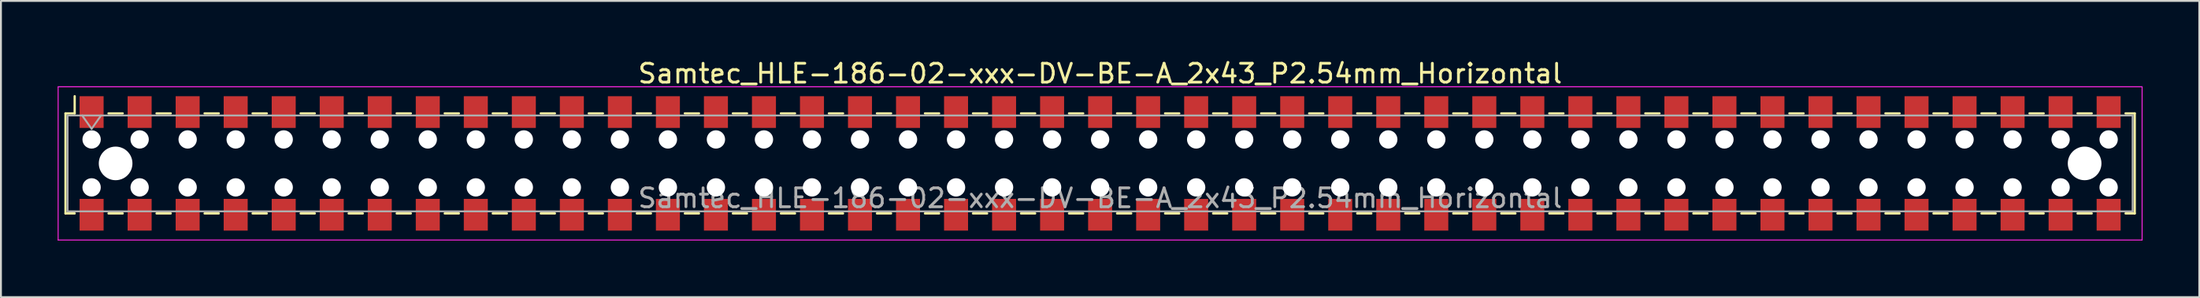
<source format=kicad_pcb>
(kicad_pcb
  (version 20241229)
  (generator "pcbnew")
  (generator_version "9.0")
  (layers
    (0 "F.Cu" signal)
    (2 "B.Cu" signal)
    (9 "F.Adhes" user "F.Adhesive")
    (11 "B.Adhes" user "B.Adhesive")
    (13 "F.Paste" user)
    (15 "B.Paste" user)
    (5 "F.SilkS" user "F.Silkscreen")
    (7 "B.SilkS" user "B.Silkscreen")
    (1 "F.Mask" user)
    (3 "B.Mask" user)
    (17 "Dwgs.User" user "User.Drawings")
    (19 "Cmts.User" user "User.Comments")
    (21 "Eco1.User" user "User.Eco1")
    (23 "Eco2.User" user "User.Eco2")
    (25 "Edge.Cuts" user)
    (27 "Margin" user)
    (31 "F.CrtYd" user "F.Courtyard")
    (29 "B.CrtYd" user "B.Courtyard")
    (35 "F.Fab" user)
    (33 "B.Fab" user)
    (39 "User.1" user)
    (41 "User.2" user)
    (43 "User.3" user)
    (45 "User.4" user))
  (footprint "Samtec_HLE-186-02-xxx-DV-BE-A_2x43_P2.54mm_Horizontal"
    (layer "F.Cu")
    (at 55.135 5.608)
    (property "Reference" "Samtec_HLE-186-02-xxx-DV-BE-A_2x43_P2.54mm_Horizontal" (at 0 -4.76 0) (layer "F.SilkS") (effects (font (size 1 1) (thickness 0.15))))
    (attr smd)
    (fp_line (start -54.72 -2.65) (end -54.72 2.65) (stroke (width 0.12) (type solid)) (layer "F.SilkS"))
    (fp_line (start -54.72 2.65) (end -54.235 2.65) (stroke (width 0.12) (type solid)) (layer "F.SilkS"))
    (fp_line (start -54.235 -3.56) (end -54.235 -2.65) (stroke (width 0.12) (type solid)) (layer "F.SilkS"))
    (fp_line (start -54.235 -2.65) (end -54.72 -2.65) (stroke (width 0.12) (type solid)) (layer "F.SilkS"))
    (fp_line (start -52.445 -2.65) (end -51.695 -2.65) (stroke (width 0.12) (type solid)) (layer "F.SilkS"))
    (fp_line (start -52.445 2.65) (end -51.695 2.65) (stroke (width 0.12) (type solid)) (layer "F.SilkS"))
    (fp_line (start -49.905 -2.65) (end -49.155 -2.65) (stroke (width 0.12) (type solid)) (layer "F.SilkS"))
    (fp_line (start -49.905 2.65) (end -49.155 2.65) (stroke (width 0.12) (type solid)) (layer "F.SilkS"))
    (fp_line (start -47.365 -2.65) (end -46.615 -2.65) (stroke (width 0.12) (type solid)) (layer "F.SilkS"))
    (fp_line (start -47.365 2.65) (end -46.615 2.65) (stroke (width 0.12) (type solid)) (layer "F.SilkS"))
    (fp_line (start -44.825 -2.65) (end -44.075 -2.65) (stroke (width 0.12) (type solid)) (layer "F.SilkS"))
    (fp_line (start -44.825 2.65) (end -44.075 2.65) (stroke (width 0.12) (type solid)) (layer "F.SilkS"))
    (fp_line (start -42.285 -2.65) (end -41.535 -2.65) (stroke (width 0.12) (type solid)) (layer "F.SilkS"))
    (fp_line (start -42.285 2.65) (end -41.535 2.65) (stroke (width 0.12) (type solid)) (layer "F.SilkS"))
    (fp_line (start -39.745 -2.65) (end -38.995 -2.65) (stroke (width 0.12) (type solid)) (layer "F.SilkS"))
    (fp_line (start -39.745 2.65) (end -38.995 2.65) (stroke (width 0.12) (type solid)) (layer "F.SilkS"))
    (fp_line (start -37.205 -2.65) (end -36.455 -2.65) (stroke (width 0.12) (type solid)) (layer "F.SilkS"))
    (fp_line (start -37.205 2.65) (end -36.455 2.65) (stroke (width 0.12) (type solid)) (layer "F.SilkS"))
    (fp_line (start -34.665 -2.65) (end -33.915 -2.65) (stroke (width 0.12) (type solid)) (layer "F.SilkS"))
    (fp_line (start -34.665 2.65) (end -33.915 2.65) (stroke (width 0.12) (type solid)) (layer "F.SilkS"))
    (fp_line (start -32.125 -2.65) (end -31.375 -2.65) (stroke (width 0.12) (type solid)) (layer "F.SilkS"))
    (fp_line (start -32.125 2.65) (end -31.375 2.65) (stroke (width 0.12) (type solid)) (layer "F.SilkS"))
    (fp_line (start -29.585 -2.65) (end -28.835 -2.65) (stroke (width 0.12) (type solid)) (layer "F.SilkS"))
    (fp_line (start -29.585 2.65) (end -28.835 2.65) (stroke (width 0.12) (type solid)) (layer "F.SilkS"))
    (fp_line (start -27.045 -2.65) (end -26.295 -2.65) (stroke (width 0.12) (type solid)) (layer "F.SilkS"))
    (fp_line (start -27.045 2.65) (end -26.295 2.65) (stroke (width 0.12) (type solid)) (layer "F.SilkS"))
    (fp_line (start -24.505 -2.65) (end -23.755 -2.65) (stroke (width 0.12) (type solid)) (layer "F.SilkS"))
    (fp_line (start -24.505 2.65) (end -23.755 2.65) (stroke (width 0.12) (type solid)) (layer "F.SilkS"))
    (fp_line (start -21.965 -2.65) (end -21.215 -2.65) (stroke (width 0.12) (type solid)) (layer "F.SilkS"))
    (fp_line (start -21.965 2.65) (end -21.215 2.65) (stroke (width 0.12) (type solid)) (layer "F.SilkS"))
    (fp_line (start -19.425 -2.65) (end -18.675 -2.65) (stroke (width 0.12) (type solid)) (layer "F.SilkS"))
    (fp_line (start -19.425 2.65) (end -18.675 2.65) (stroke (width 0.12) (type solid)) (layer "F.SilkS"))
    (fp_line (start -16.885 -2.65) (end -16.135 -2.65) (stroke (width 0.12) (type solid)) (layer "F.SilkS"))
    (fp_line (start -16.885 2.65) (end -16.135 2.65) (stroke (width 0.12) (type solid)) (layer "F.SilkS"))
    (fp_line (start -14.345 -2.65) (end -13.595 -2.65) (stroke (width 0.12) (type solid)) (layer "F.SilkS"))
    (fp_line (start -14.345 2.65) (end -13.595 2.65) (stroke (width 0.12) (type solid)) (layer "F.SilkS"))
    (fp_line (start -11.805 -2.65) (end -11.055 -2.65) (stroke (width 0.12) (type solid)) (layer "F.SilkS"))
    (fp_line (start -11.805 2.65) (end -11.055 2.65) (stroke (width 0.12) (type solid)) (layer "F.SilkS"))
    (fp_line (start -9.265 -2.65) (end -8.515 -2.65) (stroke (width 0.12) (type solid)) (layer "F.SilkS"))
    (fp_line (start -9.265 2.65) (end -8.515 2.65) (stroke (width 0.12) (type solid)) (layer "F.SilkS"))
    (fp_line (start -6.725 -2.65) (end -5.975 -2.65) (stroke (width 0.12) (type solid)) (layer "F.SilkS"))
    (fp_line (start -6.725 2.65) (end -5.975 2.65) (stroke (width 0.12) (type solid)) (layer "F.SilkS"))
    (fp_line (start -4.185 -2.65) (end -3.435 -2.65) (stroke (width 0.12) (type solid)) (layer "F.SilkS"))
    (fp_line (start -4.185 2.65) (end -3.435 2.65) (stroke (width 0.12) (type solid)) (layer "F.SilkS"))
    (fp_line (start -1.645 -2.65) (end -0.895 -2.65) (stroke (width 0.12) (type solid)) (layer "F.SilkS"))
    (fp_line (start -1.645 2.65) (end -0.895 2.65) (stroke (width 0.12) (type solid)) (layer "F.SilkS"))
    (fp_line (start 0.895 -2.65) (end 1.645 -2.65) (stroke (width 0.12) (type solid)) (layer "F.SilkS"))
    (fp_line (start 0.895 2.65) (end 1.645 2.65) (stroke (width 0.12) (type solid)) (layer "F.SilkS"))
    (fp_line (start 3.435 -2.65) (end 4.185 -2.65) (stroke (width 0.12) (type solid)) (layer "F.SilkS"))
    (fp_line (start 3.435 2.65) (end 4.185 2.65) (stroke (width 0.12) (type solid)) (layer "F.SilkS"))
    (fp_line (start 5.975 -2.65) (end 6.725 -2.65) (stroke (width 0.12) (type solid)) (layer "F.SilkS"))
    (fp_line (start 5.975 2.65) (end 6.725 2.65) (stroke (width 0.12) (type solid)) (layer "F.SilkS"))
    (fp_line (start 8.515 -2.65) (end 9.265 -2.65) (stroke (width 0.12) (type solid)) (layer "F.SilkS"))
    (fp_line (start 8.515 2.65) (end 9.265 2.65) (stroke (width 0.12) (type solid)) (layer "F.SilkS"))
    (fp_line (start 11.055 -2.65) (end 11.805 -2.65) (stroke (width 0.12) (type solid)) (layer "F.SilkS"))
    (fp_line (start 11.055 2.65) (end 11.805 2.65) (stroke (width 0.12) (type solid)) (layer "F.SilkS"))
    (fp_line (start 13.595 -2.65) (end 14.345 -2.65) (stroke (width 0.12) (type solid)) (layer "F.SilkS"))
    (fp_line (start 13.595 2.65) (end 14.345 2.65) (stroke (width 0.12) (type solid)) (layer "F.SilkS"))
    (fp_line (start 16.135 -2.65) (end 16.885 -2.65) (stroke (width 0.12) (type solid)) (layer "F.SilkS"))
    (fp_line (start 16.135 2.65) (end 16.885 2.65) (stroke (width 0.12) (type solid)) (layer "F.SilkS"))
    (fp_line (start 18.675 -2.65) (end 19.425 -2.65) (stroke (width 0.12) (type solid)) (layer "F.SilkS"))
    (fp_line (start 18.675 2.65) (end 19.425 2.65) (stroke (width 0.12) (type solid)) (layer "F.SilkS"))
    (fp_line (start 21.215 -2.65) (end 21.965 -2.65) (stroke (width 0.12) (type solid)) (layer "F.SilkS"))
    (fp_line (start 21.215 2.65) (end 21.965 2.65) (stroke (width 0.12) (type solid)) (layer "F.SilkS"))
    (fp_line (start 23.755 -2.65) (end 24.505 -2.65) (stroke (width 0.12) (type solid)) (layer "F.SilkS"))
    (fp_line (start 23.755 2.65) (end 24.505 2.65) (stroke (width 0.12) (type solid)) (layer "F.SilkS"))
    (fp_line (start 26.295 -2.65) (end 27.045 -2.65) (stroke (width 0.12) (type solid)) (layer "F.SilkS"))
    (fp_line (start 26.295 2.65) (end 27.045 2.65) (stroke (width 0.12) (type solid)) (layer "F.SilkS"))
    (fp_line (start 28.835 -2.65) (end 29.585 -2.65) (stroke (width 0.12) (type solid)) (layer "F.SilkS"))
    (fp_line (start 28.835 2.65) (end 29.585 2.65) (stroke (width 0.12) (type solid)) (layer "F.SilkS"))
    (fp_line (start 31.375 -2.65) (end 32.125 -2.65) (stroke (width 0.12) (type solid)) (layer "F.SilkS"))
    (fp_line (start 31.375 2.65) (end 32.125 2.65) (stroke (width 0.12) (type solid)) (layer "F.SilkS"))
    (fp_line (start 33.915 -2.65) (end 34.665 -2.65) (stroke (width 0.12) (type solid)) (layer "F.SilkS"))
    (fp_line (start 33.915 2.65) (end 34.665 2.65) (stroke (width 0.12) (type solid)) (layer "F.SilkS"))
    (fp_line (start 36.455 -2.65) (end 37.205 -2.65) (stroke (width 0.12) (type solid)) (layer "F.SilkS"))
    (fp_line (start 36.455 2.65) (end 37.205 2.65) (stroke (width 0.12) (type solid)) (layer "F.SilkS"))
    (fp_line (start 38.995 -2.65) (end 39.745 -2.65) (stroke (width 0.12) (type solid)) (layer "F.SilkS"))
    (fp_line (start 38.995 2.65) (end 39.745 2.65) (stroke (width 0.12) (type solid)) (layer "F.SilkS"))
    (fp_line (start 41.535 -2.65) (end 42.285 -2.65) (stroke (width 0.12) (type solid)) (layer "F.SilkS"))
    (fp_line (start 41.535 2.65) (end 42.285 2.65) (stroke (width 0.12) (type solid)) (layer "F.SilkS"))
    (fp_line (start 44.075 -2.65) (end 44.825 -2.65) (stroke (width 0.12) (type solid)) (layer "F.SilkS"))
    (fp_line (start 44.075 2.65) (end 44.825 2.65) (stroke (width 0.12) (type solid)) (layer "F.SilkS"))
    (fp_line (start 46.615 -2.65) (end 47.365 -2.65) (stroke (width 0.12) (type solid)) (layer "F.SilkS"))
    (fp_line (start 46.615 2.65) (end 47.365 2.65) (stroke (width 0.12) (type solid)) (layer "F.SilkS"))
    (fp_line (start 49.155 -2.65) (end 49.905 -2.65) (stroke (width 0.12) (type solid)) (layer "F.SilkS"))
    (fp_line (start 49.155 2.65) (end 49.905 2.65) (stroke (width 0.12) (type solid)) (layer "F.SilkS"))
    (fp_line (start 51.695 -2.65) (end 52.445 -2.65) (stroke (width 0.12) (type solid)) (layer "F.SilkS"))
    (fp_line (start 51.695 2.65) (end 52.445 2.65) (stroke (width 0.12) (type solid)) (layer "F.SilkS"))
    (fp_line (start 54.235 -2.65) (end 54.72 -2.65) (stroke (width 0.12) (type solid)) (layer "F.SilkS"))
    (fp_line (start 54.72 -2.65) (end 54.72 2.65) (stroke (width 0.12) (type solid)) (layer "F.SilkS"))
    (fp_line (start 54.72 2.65) (end 54.235 2.65) (stroke (width 0.12) (type solid)) (layer "F.SilkS"))
    (fp_line (start -55.11 -4.06) (end 55.11 -4.06) (stroke (width 0.05) (type solid)) (layer "F.CrtYd"))
    (fp_line (start -55.11 4.06) (end -55.11 -4.06) (stroke (width 0.05) (type solid)) (layer "F.CrtYd"))
    (fp_line (start 55.11 -4.06) (end 55.11 4.06) (stroke (width 0.05) (type solid)) (layer "F.CrtYd"))
    (fp_line (start 55.11 4.06) (end -55.11 4.06) (stroke (width 0.05) (type solid)) (layer "F.CrtYd"))
    (fp_line (start -54.61 -2.54) (end 54.61 -2.54) (stroke (width 0.1) (type solid)) (layer "F.Fab"))
    (fp_line (start -54.61 2.54) (end -54.61 -2.54) (stroke (width 0.1) (type solid)) (layer "F.Fab"))
    (fp_line (start -53.84 -2.54) (end -53.34 -1.833) (stroke (width 0.1) (type solid)) (layer "F.Fab"))
    (fp_line (start -53.34 -1.833) (end -52.84 -2.54) (stroke (width 0.1) (type solid)) (layer "F.Fab"))
    (fp_line (start 54.61 -2.54) (end 54.61 2.54) (stroke (width 0.1) (type solid)) (layer "F.Fab"))
    (fp_line (start 54.61 2.54) (end -54.61 2.54) (stroke (width 0.1) (type solid)) (layer "F.Fab"))
    (fp_text user "${REFERENCE}" (at 0 1.84 0) (layer "F.Fab") (effects (font (size 1 1) (thickness 0.15))))
    (pad "" np_thru_hole circle (at -53.34 -1.27) (size 0.97 0.97) (drill 0.97) (layers "*.Cu" "*.Mask"))
    (pad "" np_thru_hole circle (at -53.34 1.27) (size 0.97 0.97) (drill 0.97) (layers "*.Cu" "*.Mask"))
    (pad "" np_thru_hole circle (at -52.07 0) (size 1.78 1.78) (drill 1.78) (layers "*.Cu" "*.Mask"))
    (pad "" np_thru_hole circle (at -50.8 -1.27) (size 0.97 0.97) (drill 0.97) (layers "*.Cu" "*.Mask"))
    (pad "" np_thru_hole circle (at -50.8 1.27) (size 0.97 0.97) (drill 0.97) (layers "*.Cu" "*.Mask"))
    (pad "" np_thru_hole circle (at -48.26 -1.27) (size 0.97 0.97) (drill 0.97) (layers "*.Cu" "*.Mask"))
    (pad "" np_thru_hole circle (at -48.26 1.27) (size 0.97 0.97) (drill 0.97) (layers "*.Cu" "*.Mask"))
    (pad "" np_thru_hole circle (at -45.72 -1.27) (size 0.97 0.97) (drill 0.97) (layers "*.Cu" "*.Mask"))
    (pad "" np_thru_hole circle (at -45.72 1.27) (size 0.97 0.97) (drill 0.97) (layers "*.Cu" "*.Mask"))
    (pad "" np_thru_hole circle (at -43.18 -1.27) (size 0.97 0.97) (drill 0.97) (layers "*.Cu" "*.Mask"))
    (pad "" np_thru_hole circle (at -43.18 1.27) (size 0.97 0.97) (drill 0.97) (layers "*.Cu" "*.Mask"))
    (pad "" np_thru_hole circle (at -40.64 -1.27) (size 0.97 0.97) (drill 0.97) (layers "*.Cu" "*.Mask"))
    (pad "" np_thru_hole circle (at -40.64 1.27) (size 0.97 0.97) (drill 0.97) (layers "*.Cu" "*.Mask"))
    (pad "" np_thru_hole circle (at -38.1 -1.27) (size 0.97 0.97) (drill 0.97) (layers "*.Cu" "*.Mask"))
    (pad "" np_thru_hole circle (at -38.1 1.27) (size 0.97 0.97) (drill 0.97) (layers "*.Cu" "*.Mask"))
    (pad "" np_thru_hole circle (at -35.56 -1.27) (size 0.97 0.97) (drill 0.97) (layers "*.Cu" "*.Mask"))
    (pad "" np_thru_hole circle (at -35.56 1.27) (size 0.97 0.97) (drill 0.97) (layers "*.Cu" "*.Mask"))
    (pad "" np_thru_hole circle (at -33.02 -1.27) (size 0.97 0.97) (drill 0.97) (layers "*.Cu" "*.Mask"))
    (pad "" np_thru_hole circle (at -33.02 1.27) (size 0.97 0.97) (drill 0.97) (layers "*.Cu" "*.Mask"))
    (pad "" np_thru_hole circle (at -30.48 -1.27) (size 0.97 0.97) (drill 0.97) (layers "*.Cu" "*.Mask"))
    (pad "" np_thru_hole circle (at -30.48 1.27) (size 0.97 0.97) (drill 0.97) (layers "*.Cu" "*.Mask"))
    (pad "" np_thru_hole circle (at -27.94 -1.27) (size 0.97 0.97) (drill 0.97) (layers "*.Cu" "*.Mask"))
    (pad "" np_thru_hole circle (at -27.94 1.27) (size 0.97 0.97) (drill 0.97) (layers "*.Cu" "*.Mask"))
    (pad "" np_thru_hole circle (at -25.4 -1.27) (size 0.97 0.97) (drill 0.97) (layers "*.Cu" "*.Mask"))
    (pad "" np_thru_hole circle (at -25.4 1.27) (size 0.97 0.97) (drill 0.97) (layers "*.Cu" "*.Mask"))
    (pad "" np_thru_hole circle (at -22.86 -1.27) (size 0.97 0.97) (drill 0.97) (layers "*.Cu" "*.Mask"))
    (pad "" np_thru_hole circle (at -22.86 1.27) (size 0.97 0.97) (drill 0.97) (layers "*.Cu" "*.Mask"))
    (pad "" np_thru_hole circle (at -20.32 -1.27) (size 0.97 0.97) (drill 0.97) (layers "*.Cu" "*.Mask"))
    (pad "" np_thru_hole circle (at -20.32 1.27) (size 0.97 0.97) (drill 0.97) (layers "*.Cu" "*.Mask"))
    (pad "" np_thru_hole circle (at -17.78 -1.27) (size 0.97 0.97) (drill 0.97) (layers "*.Cu" "*.Mask"))
    (pad "" np_thru_hole circle (at -17.78 1.27) (size 0.97 0.97) (drill 0.97) (layers "*.Cu" "*.Mask"))
    (pad "" np_thru_hole circle (at -15.24 -1.27) (size 0.97 0.97) (drill 0.97) (layers "*.Cu" "*.Mask"))
    (pad "" np_thru_hole circle (at -15.24 1.27) (size 0.97 0.97) (drill 0.97) (layers "*.Cu" "*.Mask"))
    (pad "" np_thru_hole circle (at -12.7 -1.27) (size 0.97 0.97) (drill 0.97) (layers "*.Cu" "*.Mask"))
    (pad "" np_thru_hole circle (at -12.7 1.27) (size 0.97 0.97) (drill 0.97) (layers "*.Cu" "*.Mask"))
    (pad "" np_thru_hole circle (at -10.16 -1.27) (size 0.97 0.97) (drill 0.97) (layers "*.Cu" "*.Mask"))
    (pad "" np_thru_hole circle (at -10.16 1.27) (size 0.97 0.97) (drill 0.97) (layers "*.Cu" "*.Mask"))
    (pad "" np_thru_hole circle (at -7.62 -1.27) (size 0.97 0.97) (drill 0.97) (layers "*.Cu" "*.Mask"))
    (pad "" np_thru_hole circle (at -7.62 1.27) (size 0.97 0.97) (drill 0.97) (layers "*.Cu" "*.Mask"))
    (pad "" np_thru_hole circle (at -5.08 -1.27) (size 0.97 0.97) (drill 0.97) (layers "*.Cu" "*.Mask"))
    (pad "" np_thru_hole circle (at -5.08 1.27) (size 0.97 0.97) (drill 0.97) (layers "*.Cu" "*.Mask"))
    (pad "" np_thru_hole circle (at -2.54 -1.27) (size 0.97 0.97) (drill 0.97) (layers "*.Cu" "*.Mask"))
    (pad "" np_thru_hole circle (at -2.54 1.27) (size 0.97 0.97) (drill 0.97) (layers "*.Cu" "*.Mask"))
    (pad "" np_thru_hole circle (at 0 -1.27) (size 0.97 0.97) (drill 0.97) (layers "*.Cu" "*.Mask"))
    (pad "" np_thru_hole circle (at 0 1.27) (size 0.97 0.97) (drill 0.97) (layers "*.Cu" "*.Mask"))
    (pad "" np_thru_hole circle (at 2.54 -1.27) (size 0.97 0.97) (drill 0.97) (layers "*.Cu" "*.Mask"))
    (pad "" np_thru_hole circle (at 2.54 1.27) (size 0.97 0.97) (drill 0.97) (layers "*.Cu" "*.Mask"))
    (pad "" np_thru_hole circle (at 5.08 -1.27) (size 0.97 0.97) (drill 0.97) (layers "*.Cu" "*.Mask"))
    (pad "" np_thru_hole circle (at 5.08 1.27) (size 0.97 0.97) (drill 0.97) (layers "*.Cu" "*.Mask"))
    (pad "" np_thru_hole circle (at 7.62 -1.27) (size 0.97 0.97) (drill 0.97) (layers "*.Cu" "*.Mask"))
    (pad "" np_thru_hole circle (at 7.62 1.27) (size 0.97 0.97) (drill 0.97) (layers "*.Cu" "*.Mask"))
    (pad "" np_thru_hole circle (at 10.16 -1.27) (size 0.97 0.97) (drill 0.97) (layers "*.Cu" "*.Mask"))
    (pad "" np_thru_hole circle (at 10.16 1.27) (size 0.97 0.97) (drill 0.97) (layers "*.Cu" "*.Mask"))
    (pad "" np_thru_hole circle (at 12.7 -1.27) (size 0.97 0.97) (drill 0.97) (layers "*.Cu" "*.Mask"))
    (pad "" np_thru_hole circle (at 12.7 1.27) (size 0.97 0.97) (drill 0.97) (layers "*.Cu" "*.Mask"))
    (pad "" np_thru_hole circle (at 15.24 -1.27) (size 0.97 0.97) (drill 0.97) (layers "*.Cu" "*.Mask"))
    (pad "" np_thru_hole circle (at 15.24 1.27) (size 0.97 0.97) (drill 0.97) (layers "*.Cu" "*.Mask"))
    (pad "" np_thru_hole circle (at 17.78 -1.27) (size 0.97 0.97) (drill 0.97) (layers "*.Cu" "*.Mask"))
    (pad "" np_thru_hole circle (at 17.78 1.27) (size 0.97 0.97) (drill 0.97) (layers "*.Cu" "*.Mask"))
    (pad "" np_thru_hole circle (at 20.32 -1.27) (size 0.97 0.97) (drill 0.97) (layers "*.Cu" "*.Mask"))
    (pad "" np_thru_hole circle (at 20.32 1.27) (size 0.97 0.97) (drill 0.97) (layers "*.Cu" "*.Mask"))
    (pad "" np_thru_hole circle (at 22.86 -1.27) (size 0.97 0.97) (drill 0.97) (layers "*.Cu" "*.Mask"))
    (pad "" np_thru_hole circle (at 22.86 1.27) (size 0.97 0.97) (drill 0.97) (layers "*.Cu" "*.Mask"))
    (pad "" np_thru_hole circle (at 25.4 -1.27) (size 0.97 0.97) (drill 0.97) (layers "*.Cu" "*.Mask"))
    (pad "" np_thru_hole circle (at 25.4 1.27) (size 0.97 0.97) (drill 0.97) (layers "*.Cu" "*.Mask"))
    (pad "" np_thru_hole circle (at 27.94 -1.27) (size 0.97 0.97) (drill 0.97) (layers "*.Cu" "*.Mask"))
    (pad "" np_thru_hole circle (at 27.94 1.27) (size 0.97 0.97) (drill 0.97) (layers "*.Cu" "*.Mask"))
    (pad "" np_thru_hole circle (at 30.48 -1.27) (size 0.97 0.97) (drill 0.97) (layers "*.Cu" "*.Mask"))
    (pad "" np_thru_hole circle (at 30.48 1.27) (size 0.97 0.97) (drill 0.97) (layers "*.Cu" "*.Mask"))
    (pad "" np_thru_hole circle (at 33.02 -1.27) (size 0.97 0.97) (drill 0.97) (layers "*.Cu" "*.Mask"))
    (pad "" np_thru_hole circle (at 33.02 1.27) (size 0.97 0.97) (drill 0.97) (layers "*.Cu" "*.Mask"))
    (pad "" np_thru_hole circle (at 35.56 -1.27) (size 0.97 0.97) (drill 0.97) (layers "*.Cu" "*.Mask"))
    (pad "" np_thru_hole circle (at 35.56 1.27) (size 0.97 0.97) (drill 0.97) (layers "*.Cu" "*.Mask"))
    (pad "" np_thru_hole circle (at 38.1 -1.27) (size 0.97 0.97) (drill 0.97) (layers "*.Cu" "*.Mask"))
    (pad "" np_thru_hole circle (at 38.1 1.27) (size 0.97 0.97) (drill 0.97) (layers "*.Cu" "*.Mask"))
    (pad "" np_thru_hole circle (at 40.64 -1.27) (size 0.97 0.97) (drill 0.97) (layers "*.Cu" "*.Mask"))
    (pad "" np_thru_hole circle (at 40.64 1.27) (size 0.97 0.97) (drill 0.97) (layers "*.Cu" "*.Mask"))
    (pad "" np_thru_hole circle (at 43.18 -1.27) (size 0.97 0.97) (drill 0.97) (layers "*.Cu" "*.Mask"))
    (pad "" np_thru_hole circle (at 43.18 1.27) (size 0.97 0.97) (drill 0.97) (layers "*.Cu" "*.Mask"))
    (pad "" np_thru_hole circle (at 45.72 -1.27) (size 0.97 0.97) (drill 0.97) (layers "*.Cu" "*.Mask"))
    (pad "" np_thru_hole circle (at 45.72 1.27) (size 0.97 0.97) (drill 0.97) (layers "*.Cu" "*.Mask"))
    (pad "" np_thru_hole circle (at 48.26 -1.27) (size 0.97 0.97) (drill 0.97) (layers "*.Cu" "*.Mask"))
    (pad "" np_thru_hole circle (at 48.26 1.27) (size 0.97 0.97) (drill 0.97) (layers "*.Cu" "*.Mask"))
    (pad "" np_thru_hole circle (at 50.8 -1.27) (size 0.97 0.97) (drill 0.97) (layers "*.Cu" "*.Mask"))
    (pad "" np_thru_hole circle (at 50.8 1.27) (size 0.97 0.97) (drill 0.97) (layers "*.Cu" "*.Mask"))
    (pad "" np_thru_hole circle (at 52.07 0) (size 1.78 1.78) (drill 1.78) (layers "*.Cu" "*.Mask"))
    (pad "" np_thru_hole circle (at 53.34 -1.27) (size 0.97 0.97) (drill 0.97) (layers "*.Cu" "*.Mask"))
    (pad "" np_thru_hole circle (at 53.34 1.27) (size 0.97 0.97) (drill 0.97) (layers "*.Cu" "*.Mask"))
    (pad "1" smd rect (at -53.34 -2.72) (size 1.27 1.68) (layers "F.Cu" "F.Mask" "F.Paste"))
    (pad "2" smd rect (at -53.34 2.72) (size 1.27 1.68) (layers "F.Cu" "F.Mask" "F.Paste"))
    (pad "3" smd rect (at -50.8 -2.72) (size 1.27 1.68) (layers "F.Cu" "F.Mask" "F.Paste"))
    (pad "4" smd rect (at -50.8 2.72) (size 1.27 1.68) (layers "F.Cu" "F.Mask" "F.Paste"))
    (pad "5" smd rect (at -48.26 -2.72) (size 1.27 1.68) (layers "F.Cu" "F.Mask" "F.Paste"))
    (pad "6" smd rect (at -48.26 2.72) (size 1.27 1.68) (layers "F.Cu" "F.Mask" "F.Paste"))
    (pad "7" smd rect (at -45.72 -2.72) (size 1.27 1.68) (layers "F.Cu" "F.Mask" "F.Paste"))
    (pad "8" smd rect (at -45.72 2.72) (size 1.27 1.68) (layers "F.Cu" "F.Mask" "F.Paste"))
    (pad "9" smd rect (at -43.18 -2.72) (size 1.27 1.68) (layers "F.Cu" "F.Mask" "F.Paste"))
    (pad "10" smd rect (at -43.18 2.72) (size 1.27 1.68) (layers "F.Cu" "F.Mask" "F.Paste"))
    (pad "11" smd rect (at -40.64 -2.72) (size 1.27 1.68) (layers "F.Cu" "F.Mask" "F.Paste"))
    (pad "12" smd rect (at -40.64 2.72) (size 1.27 1.68) (layers "F.Cu" "F.Mask" "F.Paste"))
    (pad "13" smd rect (at -38.1 -2.72) (size 1.27 1.68) (layers "F.Cu" "F.Mask" "F.Paste"))
    (pad "14" smd rect (at -38.1 2.72) (size 1.27 1.68) (layers "F.Cu" "F.Mask" "F.Paste"))
    (pad "15" smd rect (at -35.56 -2.72) (size 1.27 1.68) (layers "F.Cu" "F.Mask" "F.Paste"))
    (pad "16" smd rect (at -35.56 2.72) (size 1.27 1.68) (layers "F.Cu" "F.Mask" "F.Paste"))
    (pad "17" smd rect (at -33.02 -2.72) (size 1.27 1.68) (layers "F.Cu" "F.Mask" "F.Paste"))
    (pad "18" smd rect (at -33.02 2.72) (size 1.27 1.68) (layers "F.Cu" "F.Mask" "F.Paste"))
    (pad "19" smd rect (at -30.48 -2.72) (size 1.27 1.68) (layers "F.Cu" "F.Mask" "F.Paste"))
    (pad "20" smd rect (at -30.48 2.72) (size 1.27 1.68) (layers "F.Cu" "F.Mask" "F.Paste"))
    (pad "21" smd rect (at -27.94 -2.72) (size 1.27 1.68) (layers "F.Cu" "F.Mask" "F.Paste"))
    (pad "22" smd rect (at -27.94 2.72) (size 1.27 1.68) (layers "F.Cu" "F.Mask" "F.Paste"))
    (pad "23" smd rect (at -25.4 -2.72) (size 1.27 1.68) (layers "F.Cu" "F.Mask" "F.Paste"))
    (pad "24" smd rect (at -25.4 2.72) (size 1.27 1.68) (layers "F.Cu" "F.Mask" "F.Paste"))
    (pad "25" smd rect (at -22.86 -2.72) (size 1.27 1.68) (layers "F.Cu" "F.Mask" "F.Paste"))
    (pad "26" smd rect (at -22.86 2.72) (size 1.27 1.68) (layers "F.Cu" "F.Mask" "F.Paste"))
    (pad "27" smd rect (at -20.32 -2.72) (size 1.27 1.68) (layers "F.Cu" "F.Mask" "F.Paste"))
    (pad "28" smd rect (at -20.32 2.72) (size 1.27 1.68) (layers "F.Cu" "F.Mask" "F.Paste"))
    (pad "29" smd rect (at -17.78 -2.72) (size 1.27 1.68) (layers "F.Cu" "F.Mask" "F.Paste"))
    (pad "30" smd rect (at -17.78 2.72) (size 1.27 1.68) (layers "F.Cu" "F.Mask" "F.Paste"))
    (pad "31" smd rect (at -15.24 -2.72) (size 1.27 1.68) (layers "F.Cu" "F.Mask" "F.Paste"))
    (pad "32" smd rect (at -15.24 2.72) (size 1.27 1.68) (layers "F.Cu" "F.Mask" "F.Paste"))
    (pad "33" smd rect (at -12.7 -2.72) (size 1.27 1.68) (layers "F.Cu" "F.Mask" "F.Paste"))
    (pad "34" smd rect (at -12.7 2.72) (size 1.27 1.68) (layers "F.Cu" "F.Mask" "F.Paste"))
    (pad "35" smd rect (at -10.16 -2.72) (size 1.27 1.68) (layers "F.Cu" "F.Mask" "F.Paste"))
    (pad "36" smd rect (at -10.16 2.72) (size 1.27 1.68) (layers "F.Cu" "F.Mask" "F.Paste"))
    (pad "37" smd rect (at -7.62 -2.72) (size 1.27 1.68) (layers "F.Cu" "F.Mask" "F.Paste"))
    (pad "38" smd rect (at -7.62 2.72) (size 1.27 1.68) (layers "F.Cu" "F.Mask" "F.Paste"))
    (pad "39" smd rect (at -5.08 -2.72) (size 1.27 1.68) (layers "F.Cu" "F.Mask" "F.Paste"))
    (pad "40" smd rect (at -5.08 2.72) (size 1.27 1.68) (layers "F.Cu" "F.Mask" "F.Paste"))
    (pad "41" smd rect (at -2.54 -2.72) (size 1.27 1.68) (layers "F.Cu" "F.Mask" "F.Paste"))
    (pad "42" smd rect (at -2.54 2.72) (size 1.27 1.68) (layers "F.Cu" "F.Mask" "F.Paste"))
    (pad "43" smd rect (at 0 -2.72) (size 1.27 1.68) (layers "F.Cu" "F.Mask" "F.Paste"))
    (pad "44" smd rect (at 0 2.72) (size 1.27 1.68) (layers "F.Cu" "F.Mask" "F.Paste"))
    (pad "45" smd rect (at 2.54 -2.72) (size 1.27 1.68) (layers "F.Cu" "F.Mask" "F.Paste"))
    (pad "46" smd rect (at 2.54 2.72) (size 1.27 1.68) (layers "F.Cu" "F.Mask" "F.Paste"))
    (pad "47" smd rect (at 5.08 -2.72) (size 1.27 1.68) (layers "F.Cu" "F.Mask" "F.Paste"))
    (pad "48" smd rect (at 5.08 2.72) (size 1.27 1.68) (layers "F.Cu" "F.Mask" "F.Paste"))
    (pad "49" smd rect (at 7.62 -2.72) (size 1.27 1.68) (layers "F.Cu" "F.Mask" "F.Paste"))
    (pad "50" smd rect (at 7.62 2.72) (size 1.27 1.68) (layers "F.Cu" "F.Mask" "F.Paste"))
    (pad "51" smd rect (at 10.16 -2.72) (size 1.27 1.68) (layers "F.Cu" "F.Mask" "F.Paste"))
    (pad "52" smd rect (at 10.16 2.72) (size 1.27 1.68) (layers "F.Cu" "F.Mask" "F.Paste"))
    (pad "53" smd rect (at 12.7 -2.72) (size 1.27 1.68) (layers "F.Cu" "F.Mask" "F.Paste"))
    (pad "54" smd rect (at 12.7 2.72) (size 1.27 1.68) (layers "F.Cu" "F.Mask" "F.Paste"))
    (pad "55" smd rect (at 15.24 -2.72) (size 1.27 1.68) (layers "F.Cu" "F.Mask" "F.Paste"))
    (pad "56" smd rect (at 15.24 2.72) (size 1.27 1.68) (layers "F.Cu" "F.Mask" "F.Paste"))
    (pad "57" smd rect (at 17.78 -2.72) (size 1.27 1.68) (layers "F.Cu" "F.Mask" "F.Paste"))
    (pad "58" smd rect (at 17.78 2.72) (size 1.27 1.68) (layers "F.Cu" "F.Mask" "F.Paste"))
    (pad "59" smd rect (at 20.32 -2.72) (size 1.27 1.68) (layers "F.Cu" "F.Mask" "F.Paste"))
    (pad "60" smd rect (at 20.32 2.72) (size 1.27 1.68) (layers "F.Cu" "F.Mask" "F.Paste"))
    (pad "61" smd rect (at 22.86 -2.72) (size 1.27 1.68) (layers "F.Cu" "F.Mask" "F.Paste"))
    (pad "62" smd rect (at 22.86 2.72) (size 1.27 1.68) (layers "F.Cu" "F.Mask" "F.Paste"))
    (pad "63" smd rect (at 25.4 -2.72) (size 1.27 1.68) (layers "F.Cu" "F.Mask" "F.Paste"))
    (pad "64" smd rect (at 25.4 2.72) (size 1.27 1.68) (layers "F.Cu" "F.Mask" "F.Paste"))
    (pad "65" smd rect (at 27.94 -2.72) (size 1.27 1.68) (layers "F.Cu" "F.Mask" "F.Paste"))
    (pad "66" smd rect (at 27.94 2.72) (size 1.27 1.68) (layers "F.Cu" "F.Mask" "F.Paste"))
    (pad "67" smd rect (at 30.48 -2.72) (size 1.27 1.68) (layers "F.Cu" "F.Mask" "F.Paste"))
    (pad "68" smd rect (at 30.48 2.72) (size 1.27 1.68) (layers "F.Cu" "F.Mask" "F.Paste"))
    (pad "69" smd rect (at 33.02 -2.72) (size 1.27 1.68) (layers "F.Cu" "F.Mask" "F.Paste"))
    (pad "70" smd rect (at 33.02 2.72) (size 1.27 1.68) (layers "F.Cu" "F.Mask" "F.Paste"))
    (pad "71" smd rect (at 35.56 -2.72) (size 1.27 1.68) (layers "F.Cu" "F.Mask" "F.Paste"))
    (pad "72" smd rect (at 35.56 2.72) (size 1.27 1.68) (layers "F.Cu" "F.Mask" "F.Paste"))
    (pad "73" smd rect (at 38.1 -2.72) (size 1.27 1.68) (layers "F.Cu" "F.Mask" "F.Paste"))
    (pad "74" smd rect (at 38.1 2.72) (size 1.27 1.68) (layers "F.Cu" "F.Mask" "F.Paste"))
    (pad "75" smd rect (at 40.64 -2.72) (size 1.27 1.68) (layers "F.Cu" "F.Mask" "F.Paste"))
    (pad "76" smd rect (at 40.64 2.72) (size 1.27 1.68) (layers "F.Cu" "F.Mask" "F.Paste"))
    (pad "77" smd rect (at 43.18 -2.72) (size 1.27 1.68) (layers "F.Cu" "F.Mask" "F.Paste"))
    (pad "78" smd rect (at 43.18 2.72) (size 1.27 1.68) (layers "F.Cu" "F.Mask" "F.Paste"))
    (pad "79" smd rect (at 45.72 -2.72) (size 1.27 1.68) (layers "F.Cu" "F.Mask" "F.Paste"))
    (pad "80" smd rect (at 45.72 2.72) (size 1.27 1.68) (layers "F.Cu" "F.Mask" "F.Paste"))
    (pad "81" smd rect (at 48.26 -2.72) (size 1.27 1.68) (layers "F.Cu" "F.Mask" "F.Paste"))
    (pad "82" smd rect (at 48.26 2.72) (size 1.27 1.68) (layers "F.Cu" "F.Mask" "F.Paste"))
    (pad "83" smd rect (at 50.8 -2.72) (size 1.27 1.68) (layers "F.Cu" "F.Mask" "F.Paste"))
    (pad "84" smd rect (at 50.8 2.72) (size 1.27 1.68) (layers "F.Cu" "F.Mask" "F.Paste"))
    (pad "85" smd rect (at 53.34 -2.72) (size 1.27 1.68) (layers "F.Cu" "F.Mask" "F.Paste"))
    (pad "86" smd rect (at 53.34 2.72) (size 1.27 1.68) (layers "F.Cu" "F.Mask" "F.Paste")))
  (gr_rect
    (start -3 -3)
    (end 113.27 12.693)
    (stroke (width 0.1) (type default))
    (fill no)
    (layer "Edge.Cuts")))
</source>
